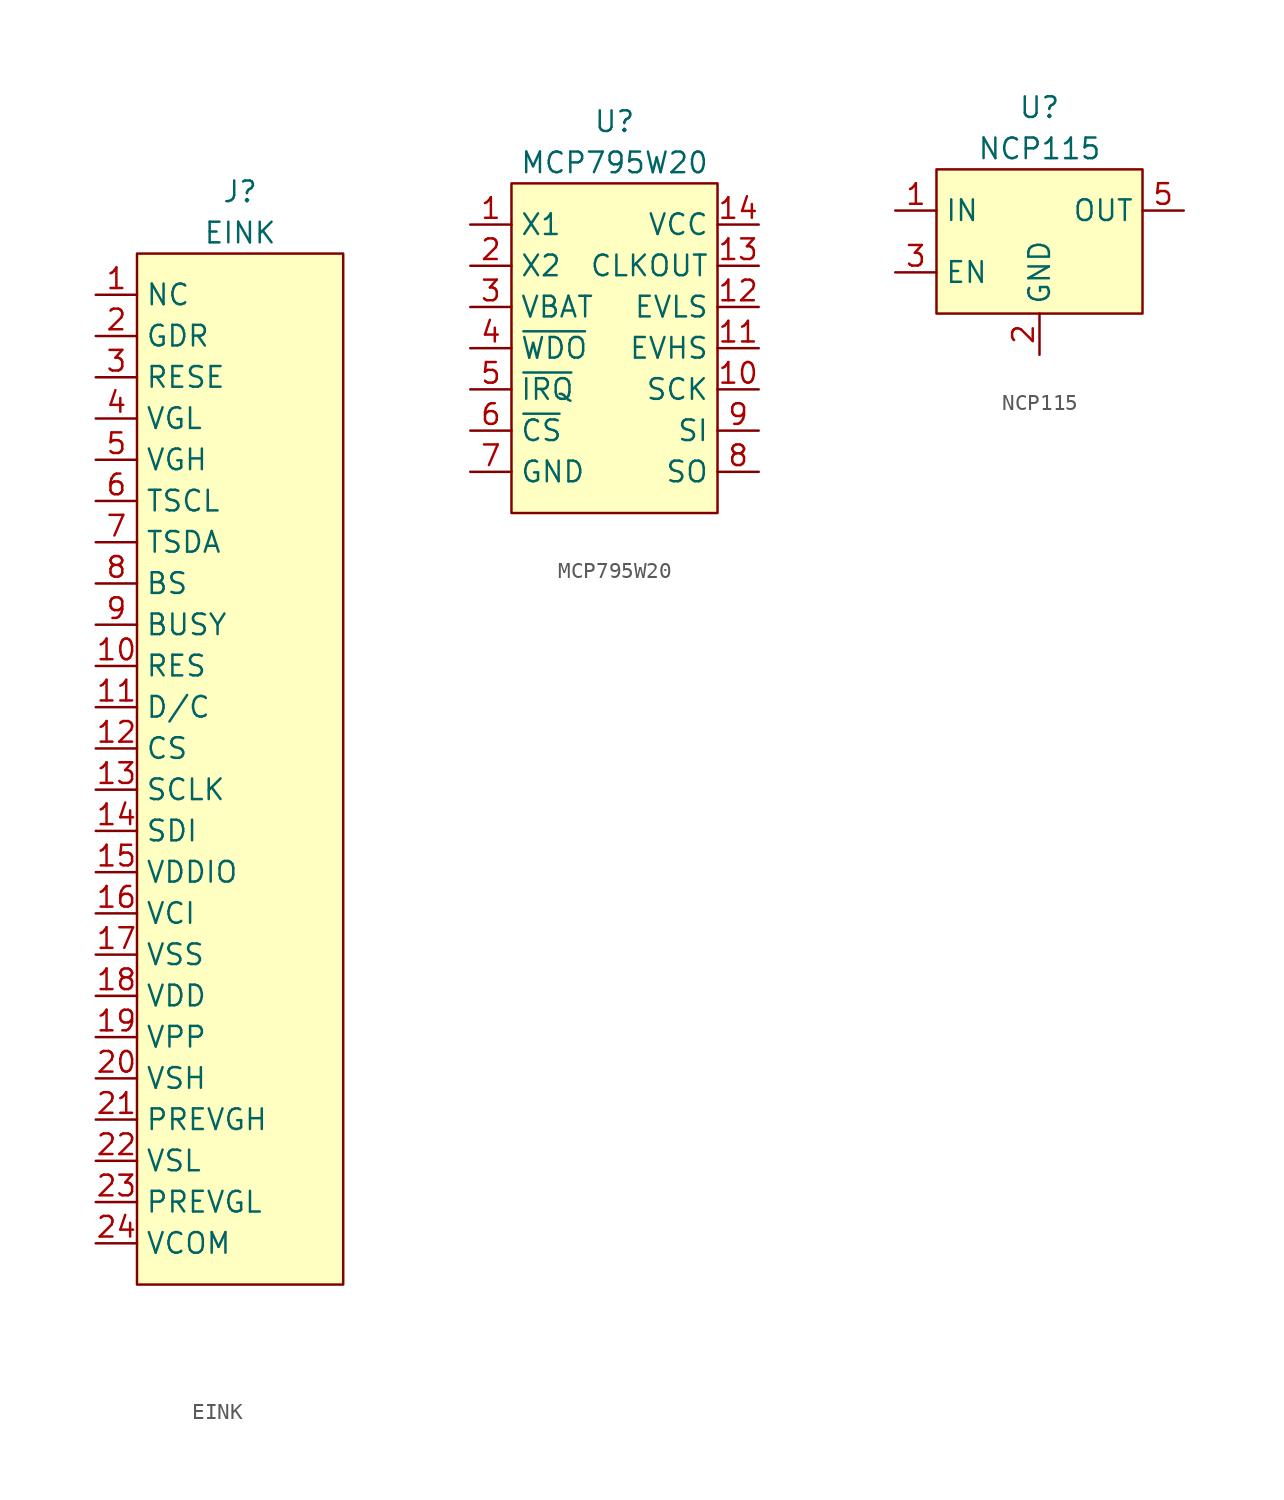
<source format=kicad_sym>
(kicad_symbol_lib
  (version 20211014)
  (generator kicad_symbol_editor)
  (symbol "EINK"
    (property "Reference" "J"
      (at 0 35.56 0)
      (effects (font (size 1.27 1.27))))
    (property "Value" "EINK"
      (at 0 33.02 0)
      (effects (font (size 1.27 1.27))))
    (symbol "EINK_0_1"
      (rectangle (start -6.35 31.75) (end 6.35 -31.75) (stroke (width 0.152) (type default) (color 0 0 0 0)) (fill (type background))))
    (symbol "EINK_1_1"
      (pin input line (at -8.89 29.21 0) (length 2.54) (name "NC" (effects (font (size 1.27 1.27)))) (number "1" (effects (font (size 1.27 1.27)))))
      (pin input line (at -8.89 6.35 0) (length 2.54) (name "RES" (effects (font (size 1.27 1.27)))) (number "10" (effects (font (size 1.27 1.27)))))
      (pin input line (at -8.89 3.81 0) (length 2.54) (name "D/C" (effects (font (size 1.27 1.27)))) (number "11" (effects (font (size 1.27 1.27)))))
      (pin input line (at -8.89 1.27 0) (length 2.54) (name "CS" (effects (font (size 1.27 1.27)))) (number "12" (effects (font (size 1.27 1.27)))))
      (pin input line (at -8.89 -1.27 0) (length 2.54) (name "SCLK" (effects (font (size 1.27 1.27)))) (number "13" (effects (font (size 1.27 1.27)))))
      (pin input line (at -8.89 -3.81 0) (length 2.54) (name "SDI" (effects (font (size 1.27 1.27)))) (number "14" (effects (font (size 1.27 1.27)))))
      (pin input line (at -8.89 -6.35 0) (length 2.54) (name "VDDIO" (effects (font (size 1.27 1.27)))) (number "15" (effects (font (size 1.27 1.27)))))
      (pin input line (at -8.89 -8.89 0) (length 2.54) (name "VCI" (effects (font (size 1.27 1.27)))) (number "16" (effects (font (size 1.27 1.27)))))
      (pin input line (at -8.89 -11.43 0) (length 2.54) (name "VSS" (effects (font (size 1.27 1.27)))) (number "17" (effects (font (size 1.27 1.27)))))
      (pin input line (at -8.89 -13.97 0) (length 2.54) (name "VDD" (effects (font (size 1.27 1.27)))) (number "18" (effects (font (size 1.27 1.27)))))
      (pin input line (at -8.89 -16.51 0) (length 2.54) (name "VPP" (effects (font (size 1.27 1.27)))) (number "19" (effects (font (size 1.27 1.27)))))
      (pin input line (at -8.89 26.67 0) (length 2.54) (name "GDR" (effects (font (size 1.27 1.27)))) (number "2" (effects (font (size 1.27 1.27)))))
      (pin input line (at -8.89 -19.05 0) (length 2.54) (name "VSH" (effects (font (size 1.27 1.27)))) (number "20" (effects (font (size 1.27 1.27)))))
      (pin input line (at -8.89 -21.59 0) (length 2.54) (name "PREVGH" (effects (font (size 1.27 1.27)))) (number "21" (effects (font (size 1.27 1.27)))))
      (pin input line (at -8.89 -24.13 0) (length 2.54) (name "VSL" (effects (font (size 1.27 1.27)))) (number "22" (effects (font (size 1.27 1.27)))))
      (pin input line (at -8.89 -26.67 0) (length 2.54) (name "PREVGL" (effects (font (size 1.27 1.27)))) (number "23" (effects (font (size 1.27 1.27)))))
      (pin input line (at -8.89 -29.21 0) (length 2.54) (name "VCOM" (effects (font (size 1.27 1.27)))) (number "24" (effects (font (size 1.27 1.27)))))
      (pin input line (at -8.89 24.13 0) (length 2.54) (name "RESE" (effects (font (size 1.27 1.27)))) (number "3" (effects (font (size 1.27 1.27)))))
      (pin input line (at -8.89 21.59 0) (length 2.54) (name "VGL" (effects (font (size 1.27 1.27)))) (number "4" (effects (font (size 1.27 1.27)))))
      (pin input line (at -8.89 19.05 0) (length 2.54) (name "VGH" (effects (font (size 1.27 1.27)))) (number "5" (effects (font (size 1.27 1.27)))))
      (pin input line (at -8.89 16.51 0) (length 2.54) (name "TSCL" (effects (font (size 1.27 1.27)))) (number "6" (effects (font (size 1.27 1.27)))))
      (pin input line (at -8.89 13.97 0) (length 2.54) (name "TSDA" (effects (font (size 1.27 1.27)))) (number "7" (effects (font (size 1.27 1.27)))))
      (pin input line (at -8.89 11.43 0) (length 2.54) (name "BS" (effects (font (size 1.27 1.27)))) (number "8" (effects (font (size 1.27 1.27)))))
      (pin input line (at -8.89 8.89 0) (length 2.54) (name "BUSY" (effects (font (size 1.27 1.27)))) (number "9" (effects (font (size 1.27 1.27)))))))
  (symbol "MCP795W20"
    (property "Reference" "U"
      (at 0 13.97 0)
      (effects (font (size 1.27 1.27))))
    (property "Value" "MCP795W20"
      (at 0 11.43 0)
      (effects (font (size 1.27 1.27))))
    (symbol "MCP795W20_0_1"
      (rectangle (start -6.35 10.16) (end 6.35 -10.16) (stroke (width 0.152) (type default) (color 0 0 0 0)) (fill (type background))))
    (symbol "MCP795W20_1_1"
      (pin output line (at -8.89 7.62 0) (length 2.54) (name "X1" (effects (font (size 1.27 1.27)))) (number "1" (effects (font (size 1.27 1.27)))))
      (pin input line (at 8.89 -2.54 180) (length 2.54) (name "SCK" (effects (font (size 1.27 1.27)))) (number "10" (effects (font (size 1.27 1.27)))))
      (pin input line (at 8.89 0 180) (length 2.54) (name "EVHS" (effects (font (size 1.27 1.27)))) (number "11" (effects (font (size 1.27 1.27)))))
      (pin input line (at 8.89 2.54 180) (length 2.54) (name "EVLS" (effects (font (size 1.27 1.27)))) (number "12" (effects (font (size 1.27 1.27)))))
      (pin output line (at 8.89 5.08 180) (length 2.54) (name "CLKOUT" (effects (font (size 1.27 1.27)))) (number "13" (effects (font (size 1.27 1.27)))))
      (pin input line (at 8.89 7.62 180) (length 2.54) (name "VCC" (effects (font (size 1.27 1.27)))) (number "14" (effects (font (size 1.27 1.27)))))
      (pin output line (at -8.89 5.08 0) (length 2.54) (name "X2" (effects (font (size 1.27 1.27)))) (number "2" (effects (font (size 1.27 1.27)))))
      (pin input line (at -8.89 2.54 0) (length 2.54) (name "VBAT" (effects (font (size 1.27 1.27)))) (number "3" (effects (font (size 1.27 1.27)))))
      (pin output line (at -8.89 0 0) (length 2.54) (name "~{WDO}" (effects (font (size 1.27 1.27)))) (number "4" (effects (font (size 1.27 1.27)))))
      (pin output line (at -8.89 -2.54 0) (length 2.54) (name "~{IRQ}" (effects (font (size 1.27 1.27)))) (number "5" (effects (font (size 1.27 1.27)))))
      (pin input line (at -8.89 -5.08 0) (length 2.54) (name "~{CS}" (effects (font (size 1.27 1.27)))) (number "6" (effects (font (size 1.27 1.27)))))
      (pin input line (at -8.89 -7.62 0) (length 2.54) (name "GND" (effects (font (size 1.27 1.27)))) (number "7" (effects (font (size 1.27 1.27)))))
      (pin output line (at 8.89 -7.62 180) (length 2.54) (name "SO" (effects (font (size 1.27 1.27)))) (number "8" (effects (font (size 1.27 1.27)))))
      (pin input line (at 8.89 -5.08 180) (length 2.54) (name "SI" (effects (font (size 1.27 1.27)))) (number "9" (effects (font (size 1.27 1.27)))))))
  (symbol "NCP115"
    (property "Reference" "U"
      (at 0 7.62 0)
      (effects (font (size 1.27 1.27))))
    (property "Value" "NCP115"
      (at 0 5.08 0)
      (effects (font (size 1.27 1.27))))
    (symbol "NCP115_0_1"
      (rectangle (start -6.35 3.81) (end 6.35 -5.08) (stroke (width 0.152) (type default) (color 0 0 0 0)) (fill (type background))))
    (symbol "NCP115_1_1"
      (pin input line (at -8.89 1.27 0) (length 2.54) (name "IN" (effects (font (size 1.27 1.27)))) (number "1" (effects (font (size 1.27 1.27)))))
      (pin input line (at 0 -7.62 90) (length 2.54) (name "GND" (effects (font (size 1.27 1.27)))) (number "2" (effects (font (size 1.27 1.27)))))
      (pin input line (at -8.89 -2.54 0) (length 2.54) (name "EN" (effects (font (size 1.27 1.27)))) (number "3" (effects (font (size 1.27 1.27)))))
      (pin no_connect line (at 8.89 -2.54 180) (length 2.54) hide (name "NC" (effects (font (size 1.27 1.27)))) (number "4" (effects (font (size 1.27 1.27)))))
      (pin output line (at 8.89 1.27 180) (length 2.54) (name "OUT" (effects (font (size 1.27 1.27)))) (number "5" (effects (font (size 1.27 1.27))))))))
</source>
